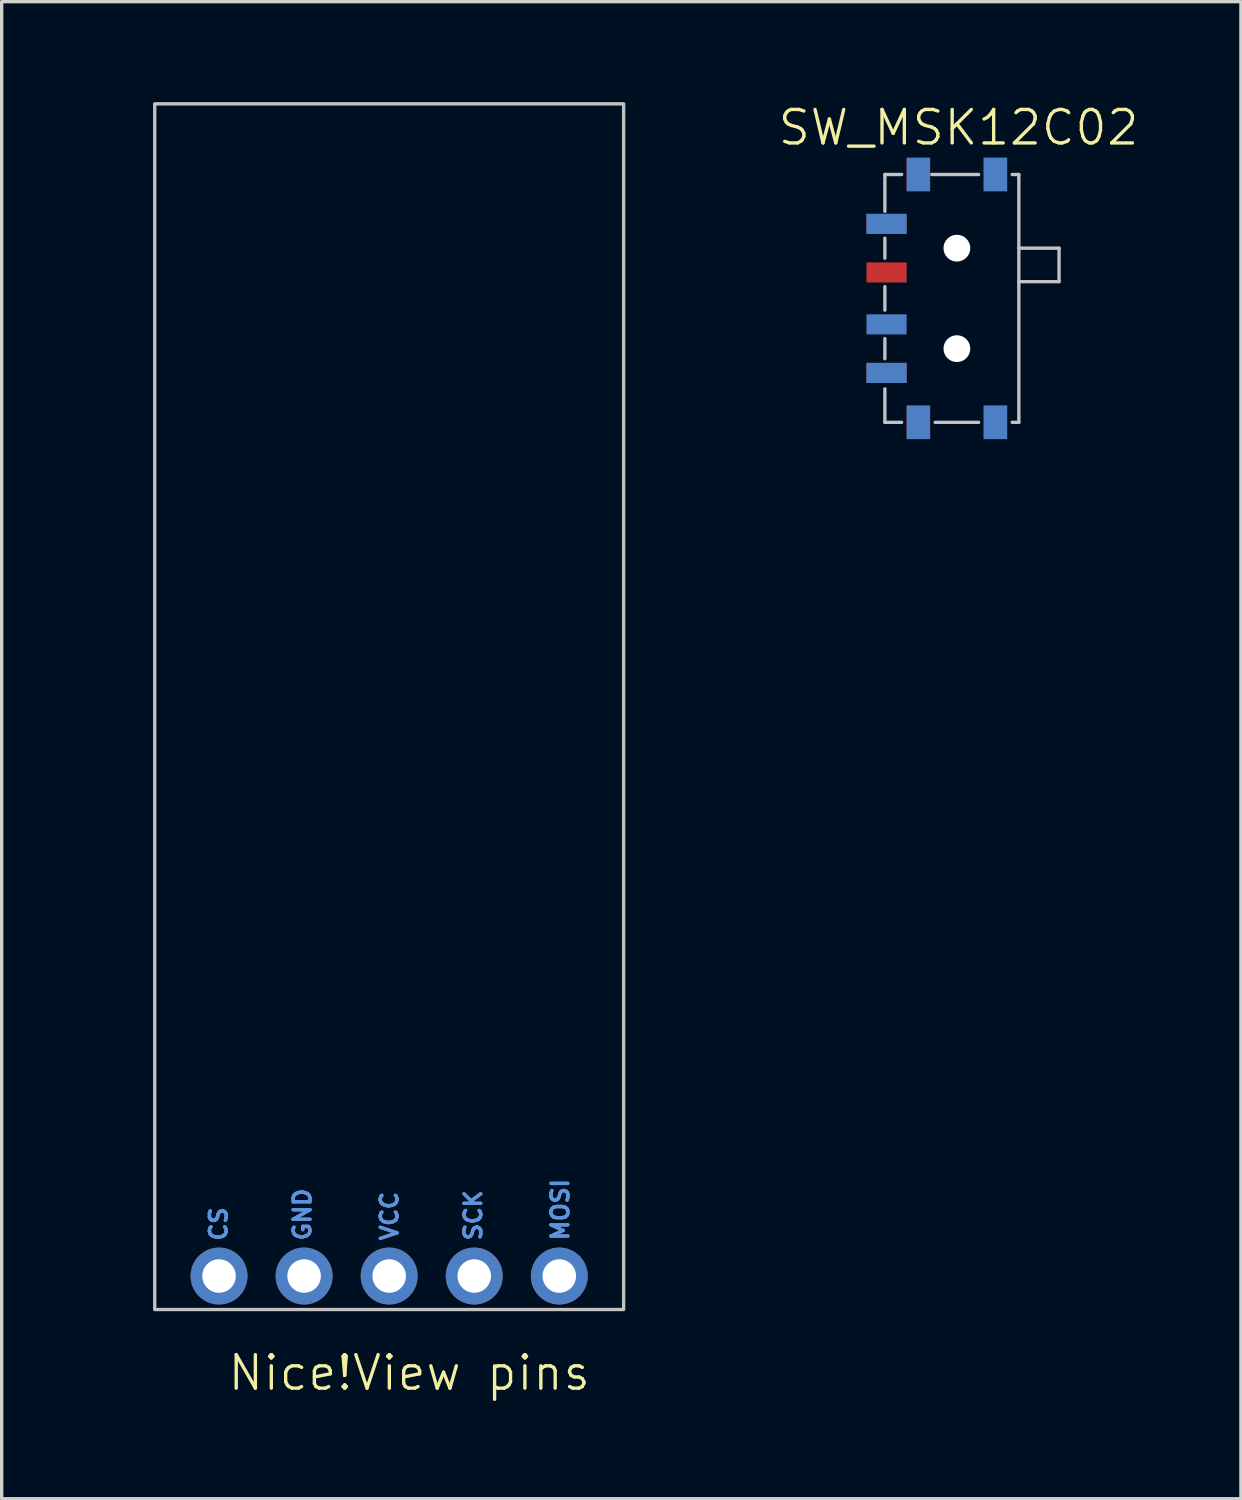
<source format=kicad_pcb>
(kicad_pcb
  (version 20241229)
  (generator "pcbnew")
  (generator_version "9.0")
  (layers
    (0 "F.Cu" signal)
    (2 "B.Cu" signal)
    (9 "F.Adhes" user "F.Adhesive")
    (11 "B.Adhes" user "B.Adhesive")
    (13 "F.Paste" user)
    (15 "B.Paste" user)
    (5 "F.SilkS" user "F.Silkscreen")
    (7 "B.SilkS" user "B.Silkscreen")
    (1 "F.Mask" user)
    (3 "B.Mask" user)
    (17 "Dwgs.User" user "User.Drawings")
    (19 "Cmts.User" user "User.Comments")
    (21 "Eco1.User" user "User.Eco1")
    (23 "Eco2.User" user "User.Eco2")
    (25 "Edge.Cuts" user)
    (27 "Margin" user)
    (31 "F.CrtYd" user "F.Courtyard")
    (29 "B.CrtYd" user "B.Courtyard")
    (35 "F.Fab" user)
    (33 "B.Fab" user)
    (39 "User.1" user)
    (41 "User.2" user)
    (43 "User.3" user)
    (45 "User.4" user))
  (footprint "Nice!View pins"
    (layer "F.Cu")
    (at 1.57 36.04)
    (property "Reference" "Nice!View pins" (at 7.6 1.9 0) (unlocked yes) (layer "F.SilkS") (effects (font (size 1 1) (thickness 0.1))))
    (attr through_hole)
    (fp_rect (start 0 -35.99) (end 14 0.01) (stroke (width 0.1) (type default)) (fill no) (layer "Dwgs.User"))
    (fp_circle (center -0.62 -3.53) (end 0.28 -3.53) (stroke (width 0.1) (type default)) (fill no) (layer "User.1"))
    (fp_circle (center 14.62 -3.53) (end 15.52 -3.53) (stroke (width 0.1) (type default)) (fill no) (layer "User.1"))
    (fp_text user "CS" (at 2.2 -1.99 90) (unlocked yes) (layer "F.Cu") (effects (font (size 0.5 0.5) (thickness 0.1)) (justify left bottom)))
    (fp_text user "VCC" (at 7.3 -2 90) (unlocked yes) (layer "F.Cu") (effects (font (size 0.5 0.5) (thickness 0.1)) (justify left bottom)))
    (fp_text user "MOSI" (at 12.4 -2 90) (unlocked yes) (layer "F.Cu") (effects (font (size 0.5 0.5) (thickness 0.1)) (justify left bottom)))
    (fp_text user "SCK" (at 9.8 -2 90) (unlocked yes) (layer "F.Cu") (effects (font (size 0.5 0.5) (thickness 0.1)) (justify left bottom)))
    (fp_text user "GND" (at 4.7 -2 90) (unlocked yes) (layer "F.Cu") (effects (font (size 0.5 0.5) (thickness 0.1)) (justify left bottom)))
    (fp_text user "SCK" (at 9.8 -2 90) (unlocked yes) (layer "B.Cu") (effects (font (size 0.5 0.5) (thickness 0.1)) (justify left bottom)))
    (fp_text user "CS" (at 2.2 -1.99 90) (unlocked yes) (layer "B.Cu") (effects (font (size 0.5 0.5) (thickness 0.1)) (justify left bottom)))
    (fp_text user "VCC" (at 7.3 -2 90) (unlocked yes) (layer "B.Cu") (effects (font (size 0.5 0.5) (thickness 0.1)) (justify left bottom)))
    (fp_text user "MOSI" (at 12.4 -2 90) (unlocked yes) (layer "B.Cu") (effects (font (size 0.5 0.5) (thickness 0.1)) (justify left bottom)))
    (fp_text user "GND" (at 4.7 -2 90) (unlocked yes) (layer "B.Cu") (effects (font (size 0.5 0.5) (thickness 0.1)) (justify left bottom)))
    (fp_text user "SCK" (at 9.8 -2 90) (unlocked yes) (layer "Cmts.User") (effects (font (size 0.5 0.5) (thickness 0.1)) (justify left bottom)))
    (fp_text user "MOSI" (at 12.4 -2 90) (unlocked yes) (layer "Cmts.User") (effects (font (size 0.5 0.5) (thickness 0.1)) (justify left bottom)))
    (fp_text user "GND" (at 4.7 -2 90) (unlocked yes) (layer "Cmts.User") (effects (font (size 0.5 0.5) (thickness 0.1)) (justify left bottom)))
    (fp_text user "CS" (at 2.2 -1.99 90) (unlocked yes) (layer "Cmts.User") (effects (font (size 0.5 0.5) (thickness 0.1)) (justify left bottom)))
    (fp_text user "VCC" (at 7.3 -2 90) (unlocked yes) (layer "Cmts.User") (effects (font (size 0.5 0.5) (thickness 0.1)) (justify left bottom)))
    (pad "1" thru_hole circle (at 1.92 -0.99) (size 1.7 1.7) (drill 1) (layers "*.Cu" "*.Mask"))
    (pad "2" thru_hole circle (at 4.46 -0.99) (size 1.7 1.7) (drill 1) (layers "*.Cu" "*.Mask"))
    (pad "3" thru_hole circle (at 7 -0.99) (size 1.7 1.7) (drill 1) (layers "*.Cu" "*.Mask"))
    (pad "4" thru_hole circle (at 9.54 -0.99) (size 1.7 1.7) (drill 1) (layers "*.Cu" "*.Mask"))
    (pad "5" thru_hole circle (at 12.08 -0.99) (size 1.7 1.7) (drill 1) (layers "*.Cu" "*.Mask")))
  (footprint "SW_MSK12C02"
    (layer "F.Cu")
    (at 23.371 9.56)
    (property "Reference" "SW_MSK12C02" (at 2.2 -8.8 0) (unlocked yes) (layer "F.SilkS") (effects (font (size 1 1) (thickness 0.1))))
    (attr through_hole)
    (fp_line (start 0 -7.4) (end 0.5 -7.4) (stroke (width 0.1) (type default)) (layer "Dwgs.User"))
    (fp_line (start 0 -6.3) (end 0 -7.4) (stroke (width 0.1) (type default)) (layer "Dwgs.User"))
    (fp_line (start 0 -4.9) (end 0 -5.5) (stroke (width 0.1) (type default)) (layer "Dwgs.User"))
    (fp_line (start 0 -3.35) (end 0 -4.05) (stroke (width 0.1) (type default)) (layer "Dwgs.User"))
    (fp_line (start 0 -1.9) (end 0 -2.5) (stroke (width 0.1) (type default)) (layer "Dwgs.User"))
    (fp_line (start 0 0) (end 0 -1) (stroke (width 0.1) (type default)) (layer "Dwgs.User"))
    (fp_line (start 0.5 0) (end 0 0) (stroke (width 0.1) (type default)) (layer "Dwgs.User"))
    (fp_line (start 1.4 -7.4) (end 2.8 -7.4) (stroke (width 0.1) (type default)) (layer "Dwgs.User"))
    (fp_line (start 1.5 0) (end 2.8 0) (stroke (width 0.1) (type default)) (layer "Dwgs.User"))
    (fp_line (start 3.8 -7.4) (end 4 -7.4) (stroke (width 0.1) (type default)) (layer "Dwgs.User"))
    (fp_line (start 4 -7.4) (end 4 0) (stroke (width 0.1) (type default)) (layer "Dwgs.User"))
    (fp_line (start 4 -4.2) (end 5.2 -4.2) (stroke (width 0.1) (type default)) (layer "Dwgs.User"))
    (fp_line (start 4 0) (end 3.8 0) (stroke (width 0.1) (type default)) (layer "Dwgs.User"))
    (fp_line (start 5.2 -5.2) (end 4 -5.2) (stroke (width 0.1) (type default)) (layer "Dwgs.User"))
    (fp_line (start 5.2 -4.2) (end 5.2 -5.2) (stroke (width 0.1) (type default)) (layer "Dwgs.User"))
    (pad "" smd rect (at 0.05 -5.925 90) (size 0.6 1.2) (layers "F.Cu" "F.Mask" "F.Paste"))
    (pad "" smd rect (at 0.05 -1.475 90) (size 0.6 1.2) (layers "B.Cu" "B.Mask" "B.Paste"))
    (pad "" smd rect (at 1 -7.4 90) (size 1 0.7) (layers "F.Cu" "F.Mask" "F.Paste"))
    (pad "" smd rect (at 1 -7.4 90) (size 1 0.7) (layers "B.Cu" "B.Mask" "B.Paste"))
    (pad "" smd rect (at 1 0 90) (size 1 0.7) (layers "F.Cu" "F.Mask" "F.Paste"))
    (pad "" smd rect (at 1 0 90) (size 1 0.7) (layers "B.Cu" "B.Mask" "B.Paste"))
    (pad "" np_thru_hole circle (at 2.15 -5.2 90) (size 0.8 0.8) (drill 0.8) (layers "*.Cu" "*.Mask"))
    (pad "" np_thru_hole circle (at 2.15 -2.2 90) (size 0.8 0.8) (drill 0.8) (layers "*.Cu" "*.Mask"))
    (pad "" smd rect (at 3.3 -7.4 90) (size 1 0.7) (layers "F.Cu" "F.Mask" "F.Paste"))
    (pad "" smd rect (at 3.3 -7.4 90) (size 1 0.7) (layers "B.Cu" "B.Mask" "B.Paste"))
    (pad "" smd rect (at 3.3 0 90) (size 1 0.7) (layers "F.Cu" "F.Mask" "F.Paste"))
    (pad "" smd rect (at 3.3 0 90) (size 1 0.7) (layers "B.Cu" "B.Mask" "B.Paste"))
    (pad "1" smd rect (at 0.05 -4.475 90) (size 0.6 1.2) (layers "F.Cu" "F.Mask" "F.Paste"))
    (pad "2" smd rect (at 0.05 -1.475 90) (size 0.6 1.2) (layers "F.Cu" "F.Mask" "F.Paste"))
    (pad "3" smd rect (at 0.05 -2.925 90) (size 0.6 1.2) (layers "B.Cu" "B.Mask" "B.Paste"))
    (pad "4" smd rect (at 0.05 -5.925 90) (size 0.6 1.2) (layers "B.Cu" "B.Mask" "B.Paste")))
  (gr_rect
    (start -3 -3)
    (end 34.002 41.7)
    (stroke (width 0.1) (type default))
    (fill no)
    (layer "Edge.Cuts")))
</source>
